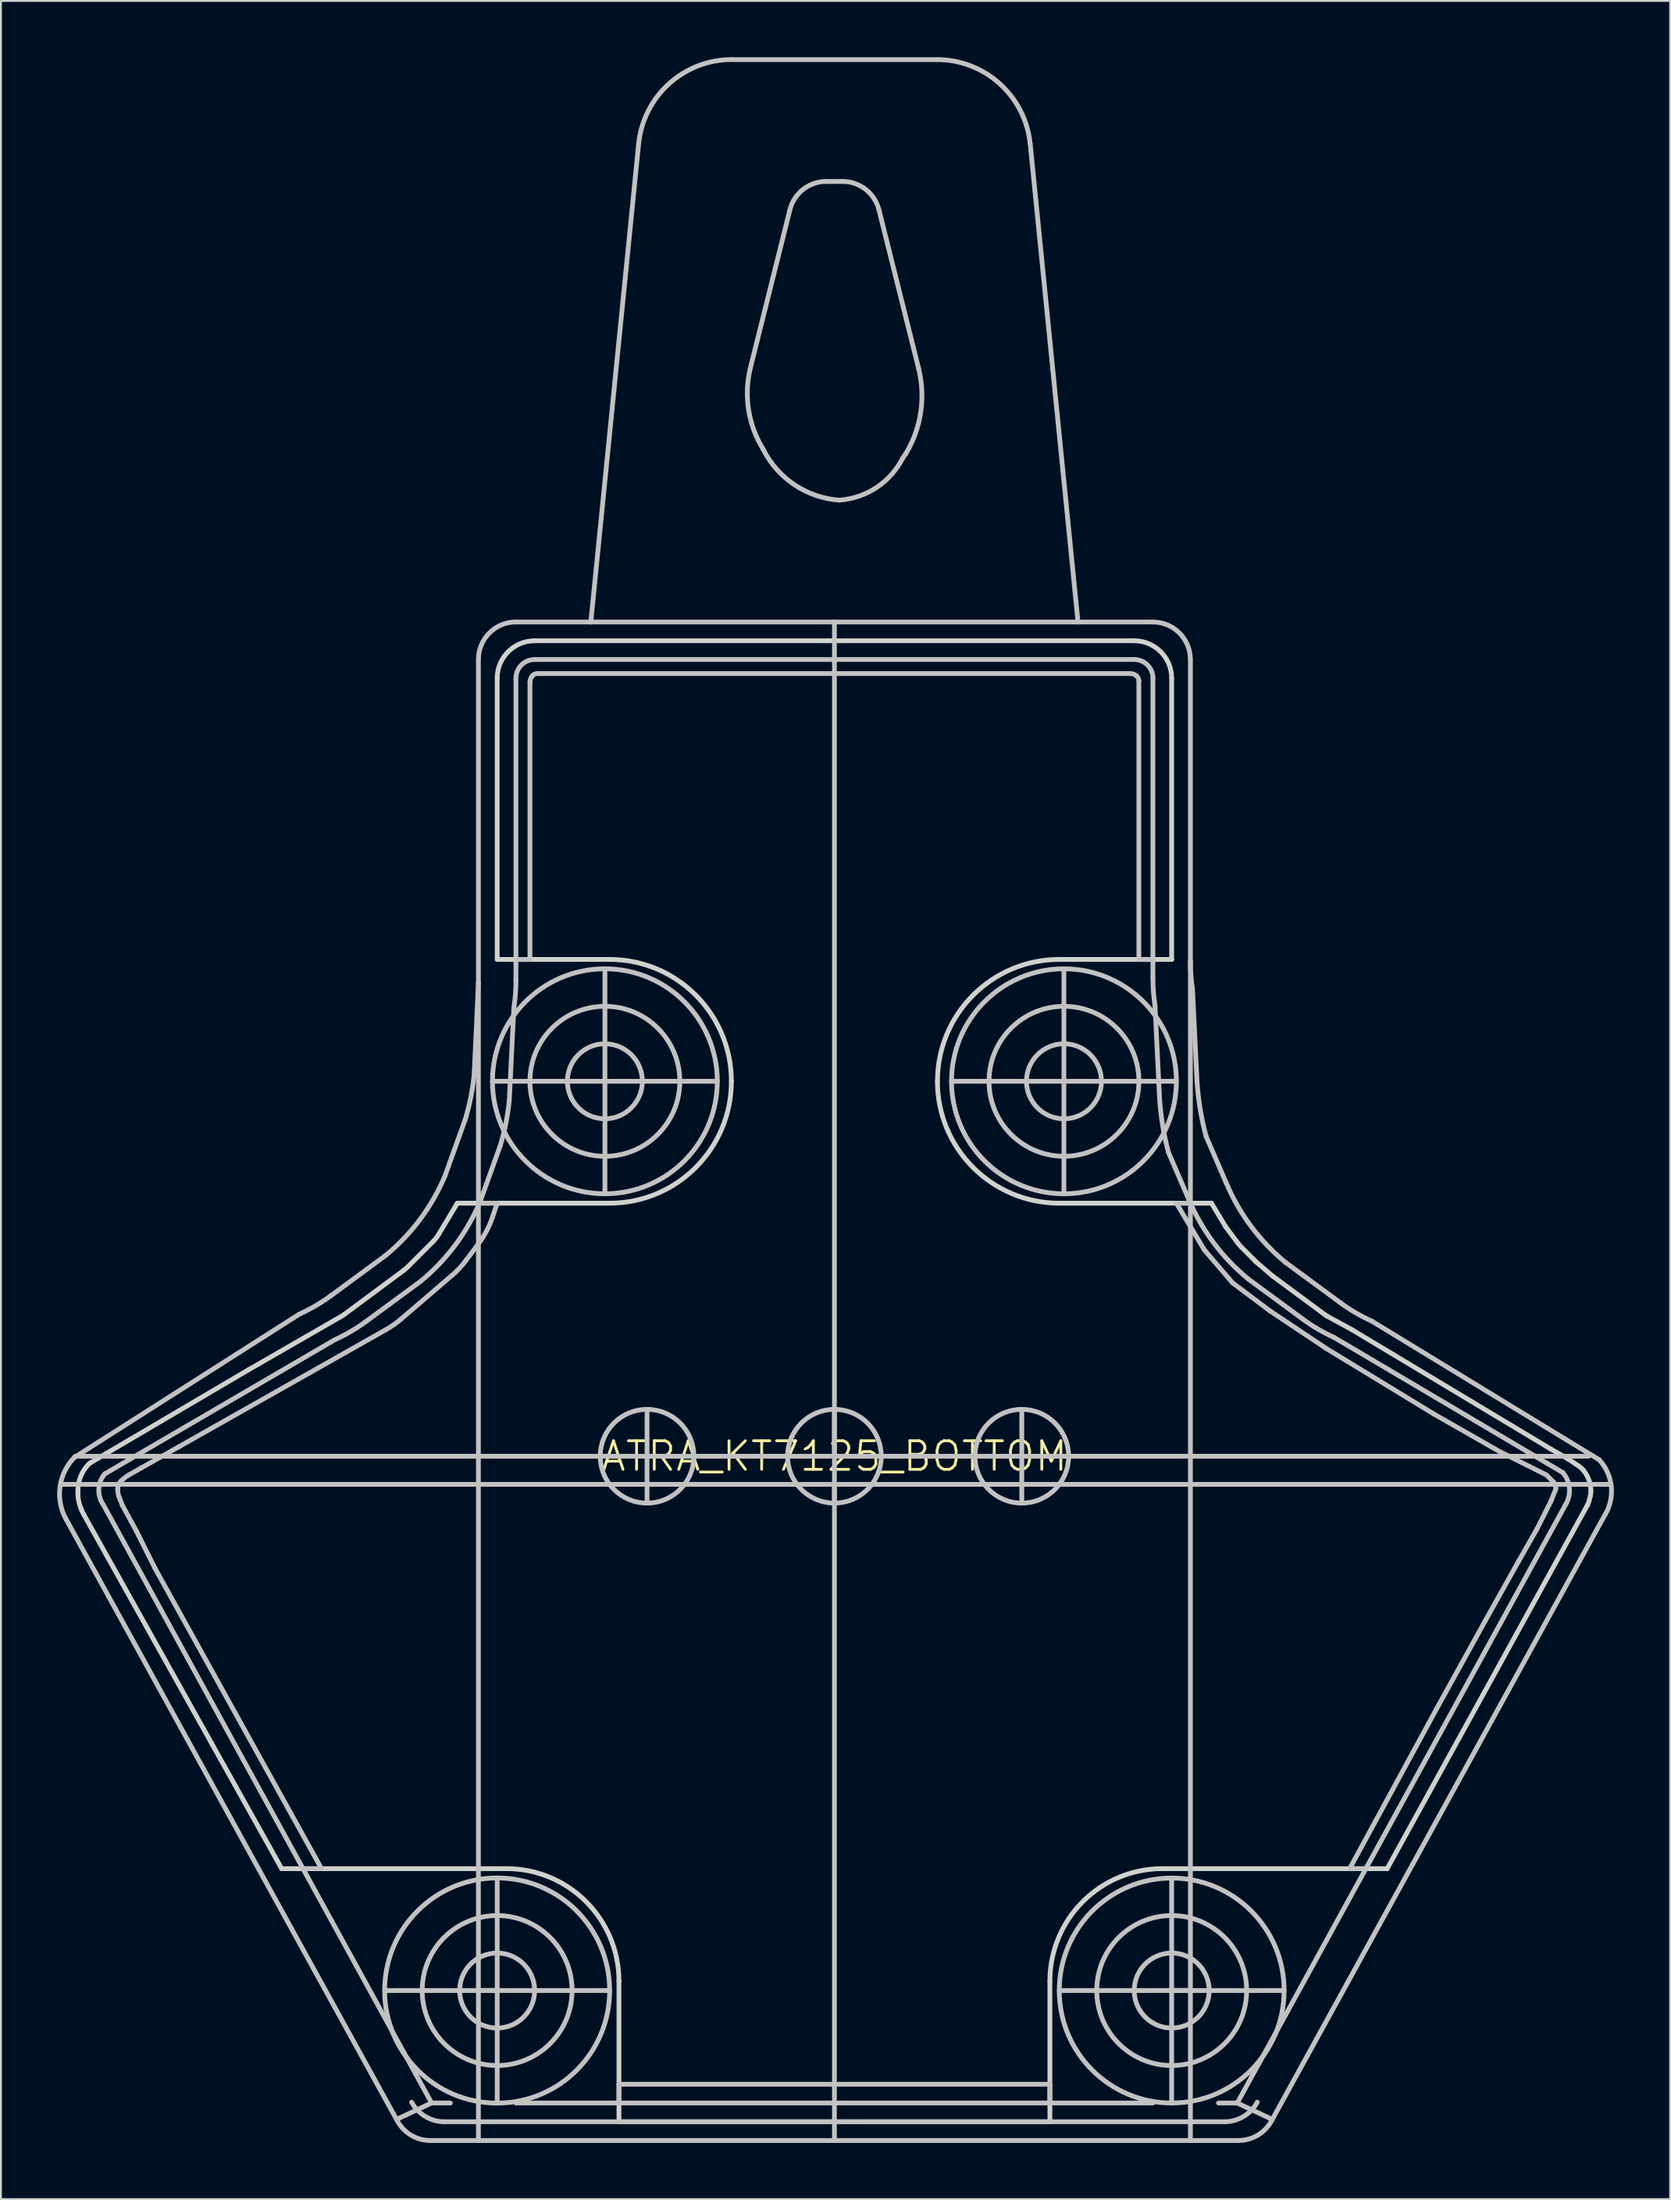
<source format=kicad_pcb>
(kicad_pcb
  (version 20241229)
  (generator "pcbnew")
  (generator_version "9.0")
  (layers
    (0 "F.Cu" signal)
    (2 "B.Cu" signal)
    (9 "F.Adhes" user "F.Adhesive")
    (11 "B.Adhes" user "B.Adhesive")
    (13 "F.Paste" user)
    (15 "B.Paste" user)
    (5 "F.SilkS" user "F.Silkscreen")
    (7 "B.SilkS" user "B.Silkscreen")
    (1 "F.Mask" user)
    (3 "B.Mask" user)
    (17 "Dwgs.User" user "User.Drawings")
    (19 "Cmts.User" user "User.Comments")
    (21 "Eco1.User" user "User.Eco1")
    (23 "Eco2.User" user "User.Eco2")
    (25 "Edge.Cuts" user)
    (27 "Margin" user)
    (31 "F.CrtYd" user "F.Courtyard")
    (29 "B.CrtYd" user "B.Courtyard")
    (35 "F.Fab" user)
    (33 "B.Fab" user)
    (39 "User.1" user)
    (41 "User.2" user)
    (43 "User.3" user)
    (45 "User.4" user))
  (footprint "ATRA_KT7125_BOTTOM"
    (layer "F.Cu")
    (at 41.482 74.627)
    (property "Reference" "ATRA_KT7125_BOTTOM" (at 0 0 0) (layer "F.SilkS") (effects (font (size 1.524 1.524) (thickness 0.15))))
    (attr smd)
    (fp_line (start -41.25 1.499) (end -38.623 1.499) (stroke (width 0.254) (type solid)) (layer "Dwgs.User"))
    (fp_line (start -40.998 3.373) (end -23.32 35.463) (stroke (width 0.254) (type solid)) (layer "Dwgs.User"))
    (fp_line (start -40.498 0) (end -40.566 0.066) (stroke (width 0.254) (type solid)) (layer "Dwgs.User"))
    (fp_line (start -40.498 0) (end -10 0) (stroke (width 0.254) (type solid)) (layer "Dwgs.User"))
    (fp_line (start -38.999 2.624) (end -21.499 34.498) (stroke (width 0.254) (type solid)) (layer "Dwgs.User"))
    (fp_line (start -38.623 1.499) (end 0 1.499) (stroke (width 0.254) (type solid)) (layer "Dwgs.User"))
    (fp_line (start -38.161 2.22) (end -37.998 2.624) (stroke (width 0.254) (type solid)) (layer "Dwgs.User"))
    (fp_line (start -37.998 2.624) (end -37.249 3.998) (stroke (width 0.254) (type solid)) (layer "Dwgs.User"))
    (fp_line (start -37.249 3.998) (end -36.248 5.999) (stroke (width 0.254) (type solid)) (layer "Dwgs.User"))
    (fp_line (start -36.998 0.625) (end -37.64 0.991) (stroke (width 0.254) (type solid)) (layer "Dwgs.User"))
    (fp_line (start -36.248 5.999) (end -27.374 21.999) (stroke (width 0.254) (type solid)) (layer "Dwgs.User"))
    (fp_line (start -34.999 -0.498) (end -36.998 0.625) (stroke (width 0.254) (type solid)) (layer "Dwgs.User"))
    (fp_line (start -28.552 -7.582) (end -40.566 0.066) (stroke (width 0.254) (type solid)) (layer "Dwgs.User"))
    (fp_line (start -27.374 21.999) (end -28.374 21.999) (stroke (width 0.254) (type solid)) (layer "Dwgs.User"))
    (fp_line (start -26.675 -6.208) (end -38.941 0.942) (stroke (width 0.254) (type solid)) (layer "Dwgs.User"))
    (fp_line (start -23.967 -10.701) (end -26.866 -8.567) (stroke (width 0.254) (type solid)) (layer "Dwgs.User"))
    (fp_line (start -23.922 -6.759) (end -34.999 -0.498) (stroke (width 0.254) (type solid)) (layer "Dwgs.User"))
    (fp_line (start -22.093 -9.324) (end -24.991 -7.193) (stroke (width 0.254) (type solid)) (layer "Dwgs.User"))
    (fp_line (start -21.567 36.5) (end -18.999 36.5) (stroke (width 0.254) (type solid)) (layer "Dwgs.User"))
    (fp_line (start -21.499 34.498) (end -23.373 35.375) (stroke (width 0.254) (type solid)) (layer "Dwgs.User"))
    (fp_line (start -21.499 34.498) (end -20.498 34.498) (stroke (width 0.254) (type solid)) (layer "Dwgs.User"))
    (fp_line (start -20.81 35.499) (end 20.81 35.499) (stroke (width 0.254) (type solid)) (layer "Dwgs.User"))
    (fp_line (start -20.417 -9.642) (end -23.129 -7.315) (stroke (width 0.254) (type solid)) (layer "Dwgs.User"))
    (fp_line (start -20 28.499) (end -15.999 28.499) (stroke (width 0.127) (type solid)) (layer "Dwgs.User"))
    (fp_line (start -19.708 -17.948) (end -20.78 -14.966) (stroke (width 0.254) (type solid)) (layer "Dwgs.User"))
    (fp_line (start -18.999 -25.248) (end -19.228 -20.348) (stroke (width 0.254) (type solid)) (layer "Dwgs.User"))
    (fp_line (start -18.999 -25.248) (end -18.999 -42.499) (stroke (width 0.254) (type solid)) (layer "Dwgs.User"))
    (fp_line (start -18.999 -13.498) (end -18.999 -25.248) (stroke (width 0.254) (type solid)) (layer "Dwgs.User"))
    (fp_line (start -18.999 -13.498) (end -17.998 -13.498) (stroke (width 0.254) (type solid)) (layer "Dwgs.User"))
    (fp_line (start -18.999 28.499) (end -23.998 28.499) (stroke (width 0.254) (type solid)) (layer "Dwgs.User"))
    (fp_line (start -18.999 28.499) (end -18.999 -13.498) (stroke (width 0.254) (type solid)) (layer "Dwgs.User"))
    (fp_line (start -18.999 36.5) (end -18.999 28.499) (stroke (width 0.254) (type solid)) (layer "Dwgs.User"))
    (fp_line (start -18.999 36.5) (end 0 36.5) (stroke (width 0.254) (type solid)) (layer "Dwgs.User"))
    (fp_line (start -18.986 -11.349) (end -19.67 -10.437) (stroke (width 0.254) (type solid)) (layer "Dwgs.User"))
    (fp_line (start -17.998 -13.498) (end -18.242 -12.769) (stroke (width 0.254) (type solid)) (layer "Dwgs.User"))
    (fp_line (start -17.998 22.499) (end -17.998 28.499) (stroke (width 0.254) (type solid)) (layer "Dwgs.User"))
    (fp_line (start -17.998 28.499) (end -18.999 28.499) (stroke (width 0.254) (type solid)) (layer "Dwgs.User"))
    (fp_line (start -17.998 28.499) (end -17.998 34.498) (stroke (width 0.254) (type solid)) (layer "Dwgs.User"))
    (fp_line (start -17.998 30.498) (end -17.998 26.5) (stroke (width 0.127) (type solid)) (layer "Dwgs.User"))
    (fp_line (start -17.831 -16.573) (end -18.905 -13.592) (stroke (width 0.254) (type solid)) (layer "Dwgs.User"))
    (fp_line (start -17.109 -23.901) (end -17.353 -18.971) (stroke (width 0.254) (type solid)) (layer "Dwgs.User"))
    (fp_line (start -16.998 -44.498) (end -13 -44.498) (stroke (width 0.254) (type solid)) (layer "Dwgs.User"))
    (fp_line (start -16.998 -41.499) (end -16.998 -26.5) (stroke (width 0.254) (type solid)) (layer "Dwgs.User"))
    (fp_line (start -16.998 -26.5) (end -16.998 -25.39) (stroke (width 0.254) (type solid)) (layer "Dwgs.User"))
    (fp_line (start -16.998 -26.5) (end -16.248 -26.5) (stroke (width 0.254) (type solid)) (layer "Dwgs.User"))
    (fp_line (start -16.998 34.498) (end -11.499 34.498) (stroke (width 0.254) (type solid)) (layer "Dwgs.User"))
    (fp_line (start -16.248 -26.5) (end -16.248 -41.293) (stroke (width 0.254) (type solid)) (layer "Dwgs.User"))
    (fp_line (start -15.852 -41.75) (end 15.791 -41.75) (stroke (width 0.254) (type solid)) (layer "Dwgs.User"))
    (fp_line (start -14.249 -20) (end -10.249 -20) (stroke (width 0.127) (type solid)) (layer "Dwgs.User"))
    (fp_line (start -13 -44.498) (end 0 -44.498) (stroke (width 0.254) (type solid)) (layer "Dwgs.User"))
    (fp_line (start -12.248 -25.999) (end -12.248 -20) (stroke (width 0.254) (type solid)) (layer "Dwgs.User"))
    (fp_line (start -12.248 -20) (end -18.25 -20) (stroke (width 0.254) (type solid)) (layer "Dwgs.User"))
    (fp_line (start -12.248 -20) (end -12.248 -13.998) (stroke (width 0.254) (type solid)) (layer "Dwgs.User"))
    (fp_line (start -12.248 -17.998) (end -12.248 -21.999) (stroke (width 0.127) (type solid)) (layer "Dwgs.User"))
    (fp_line (start -11.999 28.499) (end -18.999 28.499) (stroke (width 0.254) (type solid)) (layer "Dwgs.User"))
    (fp_line (start -11.499 33.498) (end 11.499 33.498) (stroke (width 0.254) (type solid)) (layer "Dwgs.User"))
    (fp_line (start -11.499 34.498) (end -11.499 33.498) (stroke (width 0.254) (type solid)) (layer "Dwgs.User"))
    (fp_line (start -11.499 34.498) (end 11.499 34.498) (stroke (width 0.254) (type solid)) (layer "Dwgs.User"))
    (fp_line (start -10.45 -69.997) (end -13 -44.498) (stroke (width 0.254) (type solid)) (layer "Dwgs.User"))
    (fp_line (start -10 -2.375) (end -10 0) (stroke (width 0.254) (type solid)) (layer "Dwgs.User"))
    (fp_line (start -10 0) (end -10 2.375) (stroke (width 0.254) (type solid)) (layer "Dwgs.User"))
    (fp_line (start -10 0) (end 0 0) (stroke (width 0.254) (type solid)) (layer "Dwgs.User"))
    (fp_line (start -6.248 -20) (end -12.248 -20) (stroke (width 0.254) (type solid)) (layer "Dwgs.User"))
    (fp_line (start -4.496 -58.009) (end -2.377 -66.484) (stroke (width 0.254) (type solid)) (layer "Dwgs.User"))
    (fp_line (start -3.79 -53.691) (end -3.807 -53.724) (stroke (width 0.254) (type solid)) (layer "Dwgs.User"))
    (fp_line (start -0.437 -67.998) (end 0.437 -67.998) (stroke (width 0.254) (type solid)) (layer "Dwgs.User"))
    (fp_line (start 0 -44.498) (end 13 -44.498) (stroke (width 0.254) (type solid)) (layer "Dwgs.User"))
    (fp_line (start 0 -2.375) (end 0 0) (stroke (width 0.254) (type solid)) (layer "Dwgs.User"))
    (fp_line (start 0 0) (end 0 -44.498) (stroke (width 0.254) (type solid)) (layer "Dwgs.User"))
    (fp_line (start 0 0) (end 10 0) (stroke (width 0.254) (type solid)) (layer "Dwgs.User"))
    (fp_line (start 0 1.499) (end 0 0) (stroke (width 0.254) (type solid)) (layer "Dwgs.User"))
    (fp_line (start 0 1.499) (end 0 2.375) (stroke (width 0.254) (type solid)) (layer "Dwgs.User"))
    (fp_line (start 0 1.499) (end 41.374 1.499) (stroke (width 0.254) (type solid)) (layer "Dwgs.User"))
    (fp_line (start 0 36.5) (end 0 1.499) (stroke (width 0.254) (type solid)) (layer "Dwgs.User"))
    (fp_line (start 0 36.5) (end 18.999 36.5) (stroke (width 0.254) (type solid)) (layer "Dwgs.User"))
    (fp_line (start 2.377 -66.484) (end 4.496 -58.009) (stroke (width 0.254) (type solid)) (layer "Dwgs.User"))
    (fp_line (start 3.807 -53.472) (end 3.642 -53.236) (stroke (width 0.254) (type solid)) (layer "Dwgs.User"))
    (fp_line (start 5.474 -74.498) (end -5.474 -74.498) (stroke (width 0.254) (type solid)) (layer "Dwgs.User"))
    (fp_line (start 10 -2.375) (end 10 0) (stroke (width 0.254) (type solid)) (layer "Dwgs.User"))
    (fp_line (start 10 0) (end 10 2.375) (stroke (width 0.254) (type solid)) (layer "Dwgs.User"))
    (fp_line (start 10 0) (end 40.249 0) (stroke (width 0.254) (type solid)) (layer "Dwgs.User"))
    (fp_line (start 10.249 -20) (end 14.249 -20) (stroke (width 0.127) (type solid)) (layer "Dwgs.User"))
    (fp_line (start 11.499 33.498) (end 11.499 34.498) (stroke (width 0.254) (type solid)) (layer "Dwgs.User"))
    (fp_line (start 11.499 34.498) (end 16.998 34.498) (stroke (width 0.254) (type solid)) (layer "Dwgs.User"))
    (fp_line (start 12.248 -25.999) (end 12.248 -20) (stroke (width 0.254) (type solid)) (layer "Dwgs.User"))
    (fp_line (start 12.248 -20) (end 6.248 -20) (stroke (width 0.254) (type solid)) (layer "Dwgs.User"))
    (fp_line (start 12.248 -20) (end 12.248 -13.998) (stroke (width 0.254) (type solid)) (layer "Dwgs.User"))
    (fp_line (start 12.248 -17.998) (end 12.248 -21.999) (stroke (width 0.127) (type solid)) (layer "Dwgs.User"))
    (fp_line (start 13 -44.498) (end 10.45 -69.997) (stroke (width 0.254) (type solid)) (layer "Dwgs.User"))
    (fp_line (start 13 -44.498) (end 16.998 -44.498) (stroke (width 0.254) (type solid)) (layer "Dwgs.User"))
    (fp_line (start 15.999 -42.499) (end -15.999 -42.499) (stroke (width 0.254) (type solid)) (layer "Dwgs.User"))
    (fp_line (start 15.999 28.499) (end 20 28.499) (stroke (width 0.127) (type solid)) (layer "Dwgs.User"))
    (fp_line (start 16.248 -41.351) (end 16.248 -26.5) (stroke (width 0.254) (type solid)) (layer "Dwgs.User"))
    (fp_line (start 16.248 -26.5) (end 16.998 -26.5) (stroke (width 0.254) (type solid)) (layer "Dwgs.User"))
    (fp_line (start 16.998 -26.5) (end 16.998 -41.499) (stroke (width 0.254) (type solid)) (layer "Dwgs.User"))
    (fp_line (start 16.998 -25.514) (end 16.998 -26.5) (stroke (width 0.254) (type solid)) (layer "Dwgs.User"))
    (fp_line (start 17.353 -19.096) (end 17.109 -24.026) (stroke (width 0.254) (type solid)) (layer "Dwgs.User"))
    (fp_line (start 17.998 22.499) (end 17.998 28.499) (stroke (width 0.254) (type solid)) (layer "Dwgs.User"))
    (fp_line (start 17.998 28.499) (end 17.998 34.498) (stroke (width 0.254) (type solid)) (layer "Dwgs.User"))
    (fp_line (start 17.998 28.499) (end 18.999 28.499) (stroke (width 0.254) (type solid)) (layer "Dwgs.User"))
    (fp_line (start 17.998 30.498) (end 17.998 26.5) (stroke (width 0.127) (type solid)) (layer "Dwgs.User"))
    (fp_line (start 18.25 -20) (end 12.248 -20) (stroke (width 0.254) (type solid)) (layer "Dwgs.User"))
    (fp_line (start 18.25 -13.498) (end 19.748 -10.998) (stroke (width 0.254) (type solid)) (layer "Dwgs.User"))
    (fp_line (start 18.905 -13.716) (end 17.831 -16.198) (stroke (width 0.254) (type solid)) (layer "Dwgs.User"))
    (fp_line (start 18.999 -42.499) (end 18.999 -26.391) (stroke (width 0.254) (type solid)) (layer "Dwgs.User"))
    (fp_line (start 18.999 -13.498) (end 18.25 -13.498) (stroke (width 0.254) (type solid)) (layer "Dwgs.User"))
    (fp_line (start 18.999 -13.498) (end 18.999 -26.391) (stroke (width 0.254) (type solid)) (layer "Dwgs.User"))
    (fp_line (start 18.999 28.499) (end 11.999 28.499) (stroke (width 0.254) (type solid)) (layer "Dwgs.User"))
    (fp_line (start 18.999 28.499) (end 18.999 -13.498) (stroke (width 0.254) (type solid)) (layer "Dwgs.User"))
    (fp_line (start 18.999 36.5) (end 18.999 28.499) (stroke (width 0.254) (type solid)) (layer "Dwgs.User"))
    (fp_line (start 19.352 -19.972) (end 19.111 -24.902) (stroke (width 0.254) (type solid)) (layer "Dwgs.User"))
    (fp_line (start 19.748 -10.998) (end 21.25 -9.248) (stroke (width 0.254) (type solid)) (layer "Dwgs.User"))
    (fp_line (start 20.498 34.498) (end 21.499 34.498) (stroke (width 0.254) (type solid)) (layer "Dwgs.User"))
    (fp_line (start 20.904 -14.592) (end 19.832 -17.074) (stroke (width 0.254) (type solid)) (layer "Dwgs.User"))
    (fp_line (start 21.25 -9.248) (end 23.249 -7.75) (stroke (width 0.254) (type solid)) (layer "Dwgs.User"))
    (fp_line (start 21.499 34.498) (end 38.999 2.624) (stroke (width 0.254) (type solid)) (layer "Dwgs.User"))
    (fp_line (start 21.499 34.503) (end 23.373 35.377) (stroke (width 0.254) (type solid)) (layer "Dwgs.User"))
    (fp_line (start 21.567 36.5) (end 18.999 36.5) (stroke (width 0.254) (type solid)) (layer "Dwgs.User"))
    (fp_line (start 23.249 -7.75) (end 26.248 -5.748) (stroke (width 0.254) (type solid)) (layer "Dwgs.User"))
    (fp_line (start 23.998 28.499) (end 18.999 28.499) (stroke (width 0.254) (type solid)) (layer "Dwgs.User"))
    (fp_line (start 24.991 -7.318) (end 22.093 -9.449) (stroke (width 0.254) (type solid)) (layer "Dwgs.User"))
    (fp_line (start 26.248 -5.748) (end 31.999 -2.248) (stroke (width 0.254) (type solid)) (layer "Dwgs.User"))
    (fp_line (start 26.993 -8.194) (end 24.092 -10.325) (stroke (width 0.254) (type solid)) (layer "Dwgs.User"))
    (fp_line (start 27.498 21.999) (end 28.374 21.999) (stroke (width 0.254) (type solid)) (layer "Dwgs.User"))
    (fp_line (start 31.999 -2.248) (end 35.499 -0.249) (stroke (width 0.254) (type solid)) (layer "Dwgs.User"))
    (fp_line (start 32.123 13.498) (end 27.498 21.999) (stroke (width 0.254) (type solid)) (layer "Dwgs.User"))
    (fp_line (start 34.75 8.748) (end 32.123 13.498) (stroke (width 0.254) (type solid)) (layer "Dwgs.User"))
    (fp_line (start 35.499 -0.249) (end 37.998 0.998) (stroke (width 0.254) (type solid)) (layer "Dwgs.User"))
    (fp_line (start 36.5 5.624) (end 34.75 8.748) (stroke (width 0.254) (type solid)) (layer "Dwgs.User"))
    (fp_line (start 37.498 3.873) (end 36.5 5.624) (stroke (width 0.254) (type solid)) (layer "Dwgs.User"))
    (fp_line (start 37.998 0.998) (end 38.374 1.374) (stroke (width 0.254) (type solid)) (layer "Dwgs.User"))
    (fp_line (start 38.25 2.375) (end 37.498 3.873) (stroke (width 0.254) (type solid)) (layer "Dwgs.User"))
    (fp_line (start 38.374 1.374) (end 38.499 1.623) (stroke (width 0.254) (type solid)) (layer "Dwgs.User"))
    (fp_line (start 38.499 1.623) (end 38.499 1.748) (stroke (width 0.254) (type solid)) (layer "Dwgs.User"))
    (fp_line (start 38.499 1.748) (end 38.25 2.375) (stroke (width 0.254) (type solid)) (layer "Dwgs.User"))
    (fp_line (start 38.875 0.874) (end 26.675 -6.332) (stroke (width 0.254) (type solid)) (layer "Dwgs.User"))
    (fp_line (start 40.818 0.191) (end 28.677 -7.209) (stroke (width 0.254) (type solid)) (layer "Dwgs.User"))
    (fp_line (start 41.123 3.124) (end 23.32 35.463) (stroke (width 0.254) (type solid)) (layer "Dwgs.User"))
    (fp_arc (start -40.99814 3.37312) (mid -41.331639 1.649158) (end -40.567368 0.068287) (stroke (width 0.254) (type solid)) (layer "Dwgs.User"))
    (fp_arc (start -39.03472 2.56286) (mid -39.258402 1.737653) (end -38.943886 0.942619) (stroke (width 0.254) (type solid)) (layer "Dwgs.User"))
    (fp_arc (start -38.24986 1.76022) (mid -38.201524 1.517216) (end -38.063873 1.311207) (stroke (width 0.254) (type solid)) (layer "Dwgs.User"))
    (fp_arc (start -38.16096 2.21996) (mid -38.227228 1.995049) (end -38.24977 1.761665) (stroke (width 0.254) (type solid)) (layer "Dwgs.User"))
    (fp_arc (start -38.0619 1.31318) (mid -37.862381 1.13883) (end -37.641555 0.9924) (stroke (width 0.254) (type solid)) (layer "Dwgs.User"))
    (fp_arc (start -26.86558 -8.56742) (mid -27.675797 -8.034516) (end -28.536891 -7.58847) (stroke (width 0.254) (type solid)) (layer "Dwgs.User"))
    (fp_arc (start -24.99106 -7.19328) (mid -25.801277 -6.660376) (end -26.662371 -6.21433) (stroke (width 0.254) (type solid)) (layer "Dwgs.User"))
    (fp_arc (start -23.12924 -7.3152) (mid -23.511746 -7.018318) (end -23.921172 -6.759821) (stroke (width 0.254) (type solid)) (layer "Dwgs.User"))
    (fp_arc (start -21.56714 36.4998) (mid -22.584493 36.221961) (end -23.3194 35.465579) (stroke (width 0.254) (type solid)) (layer "Dwgs.User"))
    (fp_arc (start -20.81022 35.49904) (mid -21.830785 35.218887) (end -22.56529 34.456955) (stroke (width 0.254) (type solid)) (layer "Dwgs.User"))
    (fp_arc (start -20.77974 -14.96568) (mid -22.108185 -12.6416) (end -23.957727 -10.70632) (stroke (width 0.254) (type solid)) (layer "Dwgs.User"))
    (fp_arc (start -19.66976 -10.43686) (mid -20.02011 -10.019168) (end -20.41385 -9.642099) (stroke (width 0.254) (type solid)) (layer "Dwgs.User"))
    (fp_arc (start -19.2278 -20.34794) (mid -19.407823 -19.141062) (end -19.704758 -17.957511) (stroke (width 0.254) (type solid)) (layer "Dwgs.User"))
    (fp_arc (start -18.9992 -42.49928) (mid -18.412968 -43.914568) (end -16.99768 -44.5008) (stroke (width 0.254) (type solid)) (layer "Dwgs.User"))
    (fp_arc (start -18.90522 -13.59154) (mid -20.23359 -11.268072) (end -22.082911 -9.333368) (stroke (width 0.254) (type solid)) (layer "Dwgs.User"))
    (fp_arc (start -18.24228 -12.76858) (mid -18.555875 -12.030718) (end -18.983407 -11.352485) (stroke (width 0.254) (type solid)) (layer "Dwgs.User"))
    (fp_arc (start -17.35328 -18.97126) (mid -17.533551 -17.764394) (end -17.830731 -16.580879) (stroke (width 0.254) (type solid)) (layer "Dwgs.User"))
    (fp_arc (start -16.99768 -41.49852) (mid -16.705308 -42.204368) (end -15.99946 -42.49674) (stroke (width 0.254) (type solid)) (layer "Dwgs.User"))
    (fp_arc (start -16.99768 -25.38984) (mid -17.025178 -24.648757) (end -17.107521 -23.911749) (stroke (width 0.254) (type solid)) (layer "Dwgs.User"))
    (fp_arc (start -16.24838 -41.29278) (mid -16.210458 -41.483864) (end -16.102439 -41.645984) (stroke (width 0.254) (type solid)) (layer "Dwgs.User"))
    (fp_arc (start -16.1036 -41.64584) (mid -15.988516 -41.722809) (end -15.852761 -41.749998) (stroke (width 0.254) (type solid)) (layer "Dwgs.User"))
    (fp_arc (start -10.44956 -69.99732) (mid -8.831903 -73.204814) (end -5.481251 -74.500177) (stroke (width 0.254) (type solid)) (layer "Dwgs.User"))
    (fp_arc (start -3.80746 -53.72354) (mid -4.577361 -55.796585) (end -4.495337 -58.006457) (stroke (width 0.254) (type solid)) (layer "Dwgs.User"))
    (fp_arc (start -2.37744 -66.4845) (mid -1.668756 -67.575309) (end -0.439106 -67.999642) (stroke (width 0.254) (type solid)) (layer "Dwgs.User"))
    (fp_arc (start 0.26416 -50.99812) (mid -2.117193 -51.808309) (end -3.790861 -53.686095) (stroke (width 0.254) (type solid)) (layer "Dwgs.User"))
    (fp_arc (start 0.43688 -67.99834) (mid 1.6662 -67.575651) (end 2.375635 -66.486342) (stroke (width 0.254) (type solid)) (layer "Dwgs.User"))
    (fp_arc (start 3.64236 -53.23586) (mid 2.24946 -51.673974) (end 0.268031 -51.000474) (stroke (width 0.254) (type solid)) (layer "Dwgs.User"))
    (fp_arc (start 4.4958 -58.00852) (mid 4.603199 -55.67317) (end 3.808722 -53.474488) (stroke (width 0.254) (type solid)) (layer "Dwgs.User"))
    (fp_arc (start 5.4737 -74.4982) (mid 8.824975 -73.208409) (end 10.44683 -70.004632) (stroke (width 0.254) (type solid)) (layer "Dwgs.User"))
    (fp_arc (start 15.79118 -41.74998) (mid 15.982264 -41.712058) (end 16.144384 -41.604039) (stroke (width 0.254) (type solid)) (layer "Dwgs.User"))
    (fp_arc (start 15.99946 -42.49928) (mid 16.707104 -42.206164) (end 17.00022 -41.49852) (stroke (width 0.254) (type solid)) (layer "Dwgs.User"))
    (fp_arc (start 16.14424 -41.60266) (mid 16.221402 -41.488546) (end 16.249138 -41.353614) (stroke (width 0.254) (type solid)) (layer "Dwgs.User"))
    (fp_arc (start 16.99768 -44.49826) (mid 18.411172 -43.912772) (end 18.99666 -42.49928) (stroke (width 0.254) (type solid)) (layer "Dwgs.User"))
    (fp_arc (start 17.10944 -24.02586) (mid 17.026325 -24.762754) (end 16.998048 -25.503781) (stroke (width 0.254) (type solid)) (layer "Dwgs.User"))
    (fp_arc (start 17.8308 -16.19758) (mid 17.520496 -17.630432) (end 17.351495 -19.086726) (stroke (width 0.254) (type solid)) (layer "Dwgs.User"))
    (fp_arc (start 19.11096 -24.90216) (mid 19.027845 -25.639054) (end 18.999568 -26.380081) (stroke (width 0.254) (type solid)) (layer "Dwgs.User"))
    (fp_arc (start 19.83232 -17.07388) (mid 19.522252 -18.506472) (end 19.35346 -19.962484) (stroke (width 0.254) (type solid)) (layer "Dwgs.User"))
    (fp_arc (start 22.09292 -9.4488) (mid 20.241127 -11.381357) (end 18.909841 -13.703338) (stroke (width 0.254) (type solid)) (layer "Dwgs.User"))
    (fp_arc (start 22.5679 34.4551) (mid 21.833976 35.218624) (end 20.813098 35.500443) (stroke (width 0.254) (type solid)) (layer "Dwgs.User"))
    (fp_arc (start 23.31974 35.46348) (mid 22.585853 36.220326) (end 21.569142 36.499083) (stroke (width 0.254) (type solid)) (layer "Dwgs.User"))
    (fp_arc (start 24.0919 -10.3251) (mid 22.240794 -12.258195) (end 20.910304 -14.580531) (stroke (width 0.254) (type solid)) (layer "Dwgs.User"))
    (fp_arc (start 26.67508 -6.33222) (mid 25.813237 -6.776984) (end 25.002141 -7.308691) (stroke (width 0.254) (type solid)) (layer "Dwgs.User"))
    (fp_arc (start 28.6766 -7.20852) (mid 27.814743 -7.65302) (end 27.003606 -8.184467) (stroke (width 0.254) (type solid)) (layer "Dwgs.User"))
    (fp_arc (start 38.8747 0.87376) (mid 39.227039 1.728204) (end 38.998118 2.623643) (stroke (width 0.254) (type solid)) (layer "Dwgs.User"))
    (fp_arc (start 40.8178 0.1905) (mid 41.459883 1.605231) (end 41.127886 3.122964) (stroke (width 0.254) (type solid)) (layer "Dwgs.User"))
    (fp_circle (center -18 28.5) (end -24 28.25) (stroke (width 0.254) (type solid)) (fill no) (layer "Dwgs.User"))
    (fp_circle (center -18 28.5) (end -22 28.5) (stroke (width 0.254) (type solid)) (fill no) (layer "Dwgs.User"))
    (fp_circle (center -18 28.5) (end -20 28.5) (stroke (width 0.254) (type solid)) (fill no) (layer "Dwgs.User"))
    (fp_circle (center -12.25 -20) (end -18.25 -20) (stroke (width 0.254) (type solid)) (fill no) (layer "Dwgs.User"))
    (fp_circle (center -12.25 -20) (end -16.25 -20) (stroke (width 0.254) (type solid)) (fill no) (layer "Dwgs.User"))
    (fp_circle (center -12.25 -20) (end -14.25 -20) (stroke (width 0.254) (type solid)) (fill no) (layer "Dwgs.User"))
    (fp_circle (center -10 0) (end -12.5 0) (stroke (width 0.254) (type solid)) (fill no) (layer "Dwgs.User"))
    (fp_circle (center 0 0) (end -2.5 0) (stroke (width 0.254) (type solid)) (fill no) (layer "Dwgs.User"))
    (fp_circle (center 10 0) (end 7.5 0) (stroke (width 0.254) (type solid)) (fill no) (layer "Dwgs.User"))
    (fp_circle (center 12.25 -20) (end 6.25 -20) (stroke (width 0.254) (type solid)) (fill no) (layer "Dwgs.User"))
    (fp_circle (center 12.25 -20) (end 8.25 -20) (stroke (width 0.254) (type solid)) (fill no) (layer "Dwgs.User"))
    (fp_circle (center 12.25 -20) (end 10.25 -20) (stroke (width 0.254) (type solid)) (fill no) (layer "Dwgs.User"))
    (fp_circle (center 18 28.5) (end 12 28.5) (stroke (width 0.254) (type solid)) (fill no) (layer "Dwgs.User"))
    (fp_circle (center 18 28.5) (end 14 28.5) (stroke (width 0.254) (type solid)) (fill no) (layer "Dwgs.User"))
    (fp_circle (center 18 28.5) (end 16 28.5) (stroke (width 0.254) (type solid)) (fill no) (layer "Dwgs.User"))
    (fp_line (start -40.373 1.826) (end -40.373 1.989) (stroke (width 0.254) (type solid)) (layer "Edge.Cuts"))
    (fp_line (start -40.231 2.731) (end -40.173 2.878) (stroke (width 0.254) (type solid)) (layer "Edge.Cuts"))
    (fp_line (start -40.061 3.111) (end -29.5 21.999) (stroke (width 0.254) (type solid)) (layer "Edge.Cuts"))
    (fp_line (start -31.25 -4.623) (end -39.7 0.345) (stroke (width 0.254) (type solid)) (layer "Edge.Cuts"))
    (fp_line (start -26.35 -7.442) (end -31.25 -4.623) (stroke (width 0.254) (type solid)) (layer "Edge.Cuts"))
    (fp_line (start -22.992 -9.911) (end -26.154 -7.567) (stroke (width 0.254) (type solid)) (layer "Edge.Cuts"))
    (fp_line (start -21.422 -11.45) (end -22.769 -10.104) (stroke (width 0.254) (type solid)) (layer "Edge.Cuts"))
    (fp_line (start -20.124 -13.498) (end -21.123 -11.834) (stroke (width 0.254) (type solid)) (layer "Edge.Cuts"))
    (fp_line (start -17.998 -41.499) (end -17.998 -26.5) (stroke (width 0.254) (type solid)) (layer "Edge.Cuts"))
    (fp_line (start -17.998 -26.5) (end -11.999 -26.5) (stroke (width 0.254) (type solid)) (layer "Edge.Cuts"))
    (fp_line (start -17.498 21.999) (end -29.5 21.999) (stroke (width 0.254) (type solid)) (layer "Edge.Cuts"))
    (fp_line (start -15.999 -43.498) (end 15.999 -43.498) (stroke (width 0.254) (type solid)) (layer "Edge.Cuts"))
    (fp_line (start -11.999 -13.498) (end -20.124 -13.498) (stroke (width 0.254) (type solid)) (layer "Edge.Cuts"))
    (fp_line (start -11.499 35.499) (end -11.499 27.998) (stroke (width 0.254) (type solid)) (layer "Edge.Cuts"))
    (fp_line (start -11.499 35.499) (end 11.499 35.499) (stroke (width 0.254) (type solid)) (layer "Edge.Cuts"))
    (fp_line (start 11.499 35.499) (end 11.499 27.998) (stroke (width 0.254) (type solid)) (layer "Edge.Cuts"))
    (fp_line (start 11.999 -13.498) (end 20.124 -13.498) (stroke (width 0.254) (type solid)) (layer "Edge.Cuts"))
    (fp_line (start 17.498 21.999) (end 29.5 21.999) (stroke (width 0.254) (type solid)) (layer "Edge.Cuts"))
    (fp_line (start 17.998 -41.499) (end 17.998 -26.5) (stroke (width 0.254) (type solid)) (layer "Edge.Cuts"))
    (fp_line (start 17.998 -26.5) (end 11.999 -26.5) (stroke (width 0.254) (type solid)) (layer "Edge.Cuts"))
    (fp_line (start 20.848 -12.294) (end 20.124 -13.498) (stroke (width 0.254) (type solid)) (layer "Edge.Cuts"))
    (fp_line (start 21.539 -11.361) (end 20.904 -12.207) (stroke (width 0.254) (type solid)) (layer "Edge.Cuts"))
    (fp_line (start 22.471 -10.401) (end 21.725 -11.148) (stroke (width 0.254) (type solid)) (layer "Edge.Cuts"))
    (fp_line (start 23.368 -9.627) (end 22.527 -10.348) (stroke (width 0.254) (type solid)) (layer "Edge.Cuts"))
    (fp_line (start 26.192 -7.539) (end 23.378 -9.619) (stroke (width 0.254) (type solid)) (layer "Edge.Cuts"))
    (fp_line (start 27.622 -6.749) (end 26.309 -7.465) (stroke (width 0.254) (type solid)) (layer "Edge.Cuts"))
    (fp_line (start 29.5 21.999) (end 40.185 2.614) (stroke (width 0.254) (type solid)) (layer "Edge.Cuts"))
    (fp_line (start 38.24 -0.378) (end 27.622 -6.749) (stroke (width 0.254) (type solid)) (layer "Edge.Cuts"))
    (fp_line (start 39.093 0.107) (end 38.257 -0.368) (stroke (width 0.254) (type solid)) (layer "Edge.Cuts"))
    (fp_line (start 39.743 0.538) (end 39.154 0.142) (stroke (width 0.254) (type solid)) (layer "Edge.Cuts"))
    (fp_line (start 39.982 0.759) (end 39.969 0.744) (stroke (width 0.254) (type solid)) (layer "Edge.Cuts"))
    (fp_line (start 40.279 2.372) (end 40.343 2.118) (stroke (width 0.254) (type solid)) (layer "Edge.Cuts"))
    (fp_arc (start -40.3733 1.82626) (mid -40.221804 1.062895) (end -39.790277 0.415237) (stroke (width 0.254) (type solid)) (layer "Edge.Cuts"))
    (fp_arc (start -40.23106 2.7305) (mid -40.33748 2.367731) (end -40.373711 1.991415) (stroke (width 0.254) (type solid)) (layer "Edge.Cuts"))
    (fp_arc (start -40.06088 3.1115) (mid -40.120185 2.99686) (end -40.171968 2.878631) (stroke (width 0.254) (type solid)) (layer "Edge.Cuts"))
    (fp_arc (start -39.7891 0.41402) (mid -39.747857 0.377691) (end -39.702359 0.346858) (stroke (width 0.254) (type solid)) (layer "Edge.Cuts"))
    (fp_arc (start -26.15438 -7.56666) (mid -26.248908 -7.500752) (end -26.347073 -7.440395) (stroke (width 0.254) (type solid)) (layer "Edge.Cuts"))
    (fp_arc (start -22.76856 -10.10412) (mid -22.875975 -10.004303) (end -22.990413 -9.912622) (stroke (width 0.254) (type solid)) (layer "Edge.Cuts"))
    (fp_arc (start -21.12264 -11.83386) (mid -21.260787 -11.632583) (end -21.422433 -11.449642) (stroke (width 0.254) (type solid)) (layer "Edge.Cuts"))
    (fp_arc (start -17.99844 -41.49852) (mid -17.412952 -42.912012) (end -15.99946 -43.4975) (stroke (width 0.254) (type solid)) (layer "Edge.Cuts"))
    (fp_arc (start -17.49806 21.99894) (mid -13.255787 23.756147) (end -11.49858 27.99842) (stroke (width 0.254) (type solid)) (layer "Edge.Cuts"))
    (fp_arc (start -11.99896 -26.49982) (mid -7.402865 -24.596055) (end -5.4991 -19.99996) (stroke (width 0.254) (type solid)) (layer "Edge.Cuts"))
    (fp_arc (start -5.4991 -19.99996) (mid -7.401069 -15.403121) (end -11.99642 -13.49756) (stroke (width 0.254) (type solid)) (layer "Edge.Cuts"))
    (fp_arc (start 5.4991 -19.99996) (mid 7.402865 -24.596055) (end 11.99896 -26.49982) (stroke (width 0.254) (type solid)) (layer "Edge.Cuts"))
    (fp_arc (start 11.49858 27.99842) (mid 13.255787 23.756147) (end 17.49806 21.99894) (stroke (width 0.254) (type solid)) (layer "Edge.Cuts"))
    (fp_arc (start 11.99896 -13.49756) (mid 7.401069 -15.402069) (end 5.49656 -19.99996) (stroke (width 0.254) (type solid)) (layer "Edge.Cuts"))
    (fp_arc (start 15.99946 -43.4975) (mid 17.412952 -42.912012) (end 17.99844 -41.49852) (stroke (width 0.254) (type solid)) (layer "Edge.Cuts"))
    (fp_arc (start 20.9042 -12.20724) (mid 20.87441 -12.249211) (end 20.84682 -12.29266) (stroke (width 0.254) (type solid)) (layer "Edge.Cuts"))
    (fp_arc (start 21.72462 -11.14806) (mid 21.628231 -11.251515) (end 21.53939 -11.361519) (stroke (width 0.254) (type solid)) (layer "Edge.Cuts"))
    (fp_arc (start 22.52726 -10.34796) (mid 22.498585 -10.373481) (end 22.470911 -10.400084) (stroke (width 0.254) (type solid)) (layer "Edge.Cuts"))
    (fp_arc (start 23.37816 -9.61898) (mid 23.37314 -9.622887) (end 23.368263 -9.626971) (stroke (width 0.254) (type solid)) (layer "Edge.Cuts"))
    (fp_arc (start 26.30932 -7.46506) (mid 26.250651 -7.499574) (end 26.194466 -7.537998) (stroke (width 0.254) (type solid)) (layer "Edge.Cuts"))
    (fp_arc (start 38.25748 -0.3683) (mid 38.248411 -0.373588) (end 38.239397 -0.37897) (stroke (width 0.254) (type solid)) (layer "Edge.Cuts"))
    (fp_arc (start 39.09314 0.10668) (mid 39.122413 0.12395) (end 39.151082 0.142207) (stroke (width 0.254) (type solid)) (layer "Edge.Cuts"))
    (fp_arc (start 39.74338 0.53848) (mid 39.863929 0.632969) (end 39.968603 0.744787) (stroke (width 0.254) (type solid)) (layer "Edge.Cuts"))
    (fp_arc (start 39.98214 0.75946) (mid 40.272316 1.283014) (end 40.373142 1.873053) (stroke (width 0.254) (type solid)) (layer "Edge.Cuts"))
    (fp_arc (start 40.27932 2.37236) (mid 40.240181 2.494991) (end 40.185575 2.61156) (stroke (width 0.254) (type solid)) (layer "Edge.Cuts"))
    (fp_arc (start 40.3733 1.87452) (mid 40.36584 1.996482) (end 40.343573 2.116626) (stroke (width 0.254) (type solid)) (layer "Edge.Cuts")))
  (gr_rect
    (start -3 -3)
    (end 86.083 114.254)
    (stroke (width 0.1) (type default))
    (fill no)
    (layer "Edge.Cuts")))
</source>
